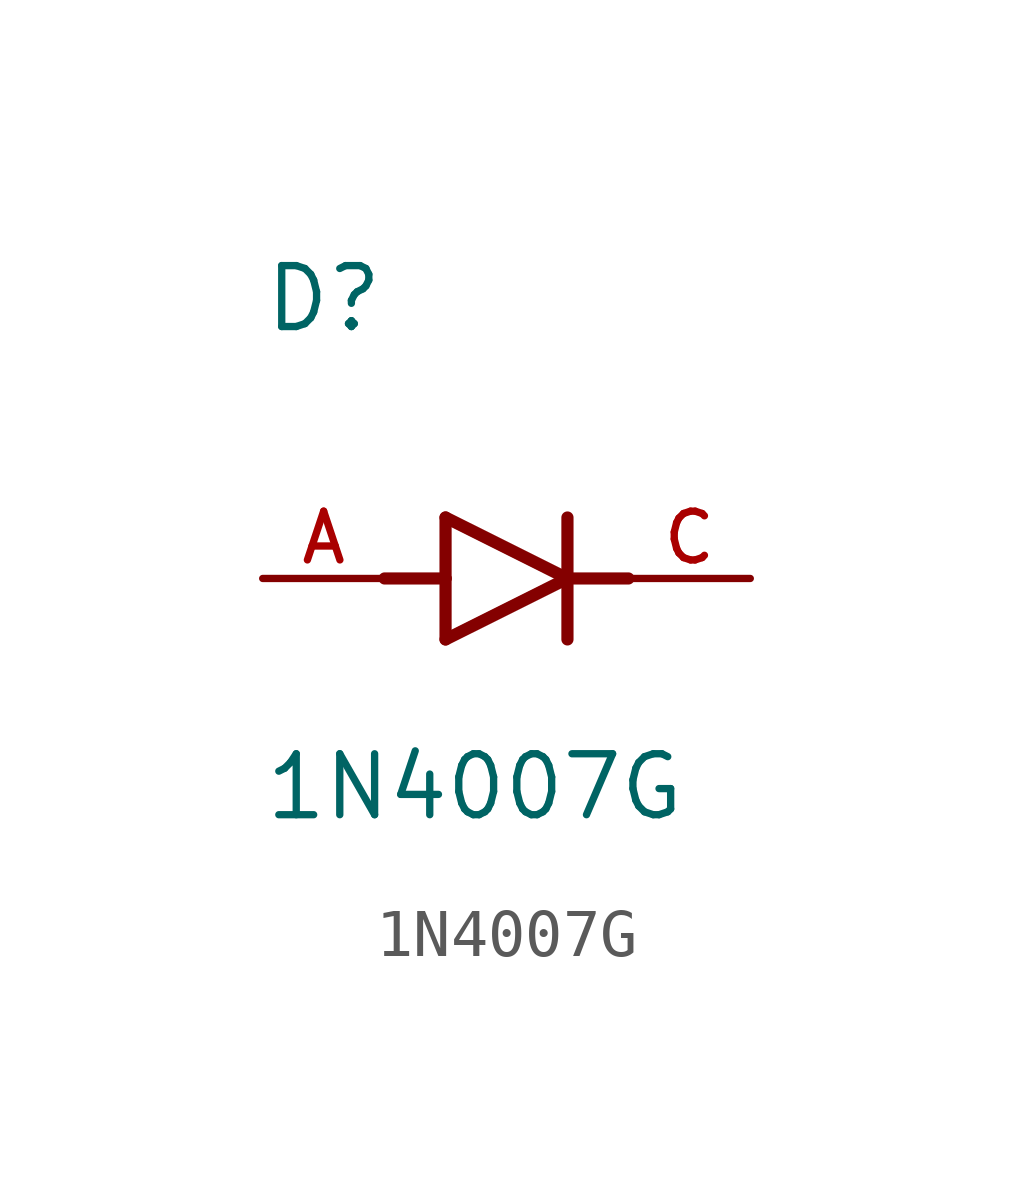
<source format=kicad_sym>
(kicad_symbol_lib
  (version 20211014)
  (generator kicad_symbol_editor)
  (symbol "1N4007G"
    (pin_names
      (offset 1.016))
    (property "Reference" "D"
      (at -5.086 5.086 0)
      (effects (font (size 1.27 1.27)) (justify bottom left)))
    (property "Value" "1N4007G"
      (at -5.086 -5.086 0)
      (effects (font (size 1.27 1.27)) (justify bottom left)))
    (symbol "1N4007G_0_0"
      (polyline (pts (xy -1.27 -1.27) (xy 1.27 0.0)) (stroke (width 0.254)))
      (polyline (pts (xy 1.27 0.0) (xy -1.27 1.27)) (stroke (width 0.254)))
      (polyline (pts (xy 1.27 1.27) (xy 1.27 0.0)) (stroke (width 0.254)))
      (polyline (pts (xy -1.27 1.27) (xy -1.27 0.0)) (stroke (width 0.254)))
      (polyline (pts (xy -1.27 0.0) (xy -1.27 -1.27)) (stroke (width 0.254)))
      (polyline (pts (xy 1.27 0.0) (xy 1.27 -1.27)) (stroke (width 0.254)))
      (polyline (pts (xy -2.54 0.0) (xy -1.27 0.0)) (stroke (width 0.254)))
      (polyline (pts (xy 1.27 0.0) (xy 2.54 0.0)) (stroke (width 0.254)))
      (pin passive line (at -5.08 0.0 0) (length 2.54) (name "~" (effects (font (size 1.016 1.016)))) (number "A" (effects (font (size 1.016 1.016)))))
      (pin passive line (at 5.08 0.0 180.0) (length 2.54) (name "~" (effects (font (size 1.016 1.016)))) (number "C" (effects (font (size 1.016 1.016))))))))
</source>
